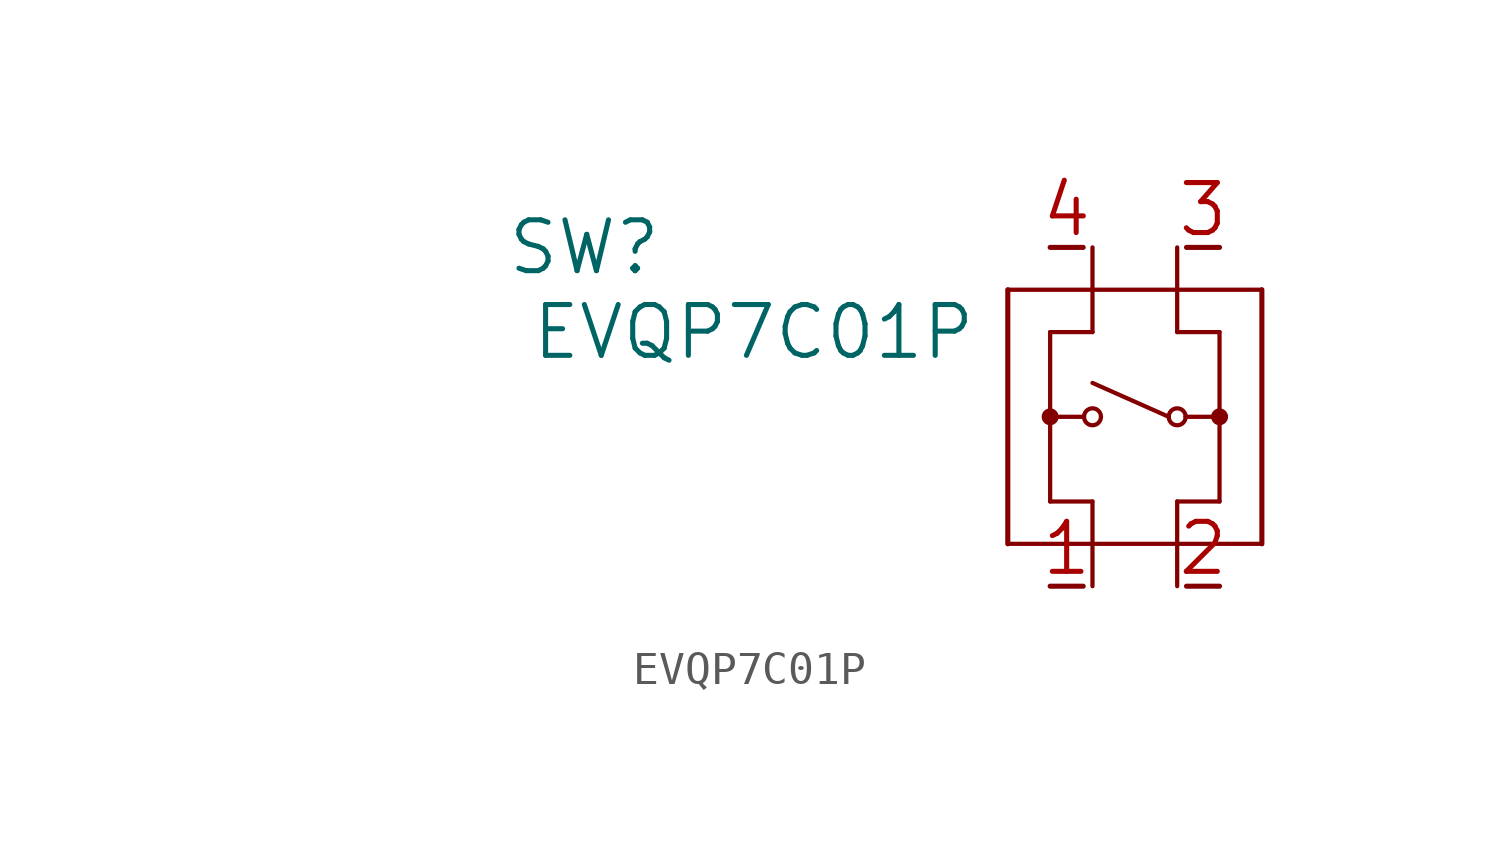
<source format=kicad_sym>
(kicad_symbol_lib
  (version 20211014)
  (generator kicad_symbol_editor)
  (symbol "EVQP7C01P"
    (pin_names
      (offset 0.254) hide)
    (property "Reference" "SW"
      (at 10.16 6.35 0)
      (effects (font (size 1.524 1.524))))
    (property "Value" "EVQP7C01P"
      (at 15.24 3.81 0)
      (effects (font (size 1.524 1.524))))
    (property "Datasheet" ""
      (at 0 0 0)
      (effects (font (size 1.524 1.524))))
    (property "ki_locked" ""
      (at 0 0 0)
      (effects (font (size 1.27 1.27))))
    (symbol "EVQP7C01P_1_1"
      (polyline (pts (xy 22.86 -2.54) (xy 22.86 5.08)) (stroke (width 0) (type default) (color 0 0 0 0)) (fill (type none)))
      (polyline (pts (xy 22.86 -2.54) (xy 30.48 -2.54)) (stroke (width 0.127) (type default) (color 0 0 0 0)) (fill (type none)))
      (polyline (pts (xy 24.13 -1.27) (xy 24.13 3.81)) (stroke (width 0.127) (type default) (color 0 0 0 0)) (fill (type none)))
      (polyline (pts (xy 24.13 1.27) (xy 25.146 1.27)) (stroke (width 0.127) (type default) (color 0 0 0 0)) (fill (type none)))
      (polyline (pts (xy 24.13 3.81) (xy 25.4 3.81)) (stroke (width 0.127) (type default) (color 0 0 0 0)) (fill (type none)))
      (polyline (pts (xy 25.4 -3.81) (xy 25.4 -1.27)) (stroke (width 0.127) (type default) (color 0 0 0 0)) (fill (type none)))
      (polyline (pts (xy 25.4 -1.27) (xy 24.13 -1.27)) (stroke (width 0.127) (type default) (color 0 0 0 0)) (fill (type none)))
      (polyline (pts (xy 25.4 2.286) (xy 27.686 1.27)) (stroke (width 0.127) (type default) (color 0 0 0 0)) (fill (type none)))
      (polyline (pts (xy 25.4 3.81) (xy 25.4 6.35)) (stroke (width 0.127) (type default) (color 0 0 0 0)) (fill (type none)))
      (polyline (pts (xy 27.94 -1.27) (xy 27.94 -3.81)) (stroke (width 0.127) (type default) (color 0 0 0 0)) (fill (type none)))
      (polyline (pts (xy 27.94 3.81) (xy 29.21 3.81)) (stroke (width 0.127) (type default) (color 0 0 0 0)) (fill (type none)))
      (polyline (pts (xy 27.94 6.35) (xy 27.94 3.81)) (stroke (width 0.127) (type default) (color 0 0 0 0)) (fill (type none)))
      (polyline (pts (xy 28.194 1.27) (xy 29.21 1.27)) (stroke (width 0.127) (type default) (color 0 0 0 0)) (fill (type none)))
      (polyline (pts (xy 29.21 -1.27) (xy 27.94 -1.27)) (stroke (width 0.127) (type default) (color 0 0 0 0)) (fill (type none)))
      (polyline (pts (xy 29.21 3.81) (xy 29.21 -1.27)) (stroke (width 0.127) (type default) (color 0 0 0 0)) (fill (type none)))
      (polyline (pts (xy 30.48 -2.54) (xy 30.48 5.08)) (stroke (width 0) (type default) (color 0 0 0 0)) (fill (type none)))
      (polyline (pts (xy 30.48 5.08) (xy 22.86 5.08)) (stroke (width 0.127) (type default) (color 0 0 0 0)) (fill (type none)))
      (circle (center 24.13 1.27) (radius 0.127) (stroke (width 0.254) (type default) (color 0 0 0 0)) (fill (type none)))
      (arc (start 24.257 1.27) (mid 24.003 1.27) (end 24.257 1.27) (stroke (width 0.254) (type default) (color 0 0 0 0)) (fill (type none)))
      (circle (center 25.4 1.27) (radius 0.254) (stroke (width 0.127) (type default) (color 0 0 0 0)) (fill (type none)))
      (arc (start 25.654 1.27) (mid 25.146 1.27) (end 25.654 1.27) (stroke (width 0.127) (type default) (color 0 0 0 0)) (fill (type none)))
      (circle (center 27.94 1.27) (radius 0.254) (stroke (width 0.127) (type default) (color 0 0 0 0)) (fill (type none)))
      (arc (start 28.194 1.27) (mid 27.686 1.27) (end 28.194 1.27) (stroke (width 0.127) (type default) (color 0 0 0 0)) (fill (type none)))
      (circle (center 29.21 1.27) (radius 0.127) (stroke (width 0.254) (type default) (color 0 0 0 0)) (fill (type none)))
      (arc (start 29.337 1.27) (mid 29.083 1.27) (end 29.337 1.27) (stroke (width 0.254) (type default) (color 0 0 0 0)) (fill (type none)))
      (pin passive line (at 24.13 -3.81 0) (length 0.991) (name "1" (effects (font (size 1.499 1.499)))) (number "1" (effects (font (size 1.499 1.499)))))
      (pin passive line (at 29.21 -3.81 180) (length 0.991) (name "2" (effects (font (size 1.499 1.499)))) (number "2" (effects (font (size 1.499 1.499)))))
      (pin passive line (at 29.21 6.35 180) (length 0.991) (name "3" (effects (font (size 1.499 1.499)))) (number "3" (effects (font (size 1.499 1.499)))))
      (pin passive line (at 24.13 6.35 0) (length 0.991) (name "4" (effects (font (size 1.499 1.499)))) (number "4" (effects (font (size 1.499 1.499))))))))
</source>
